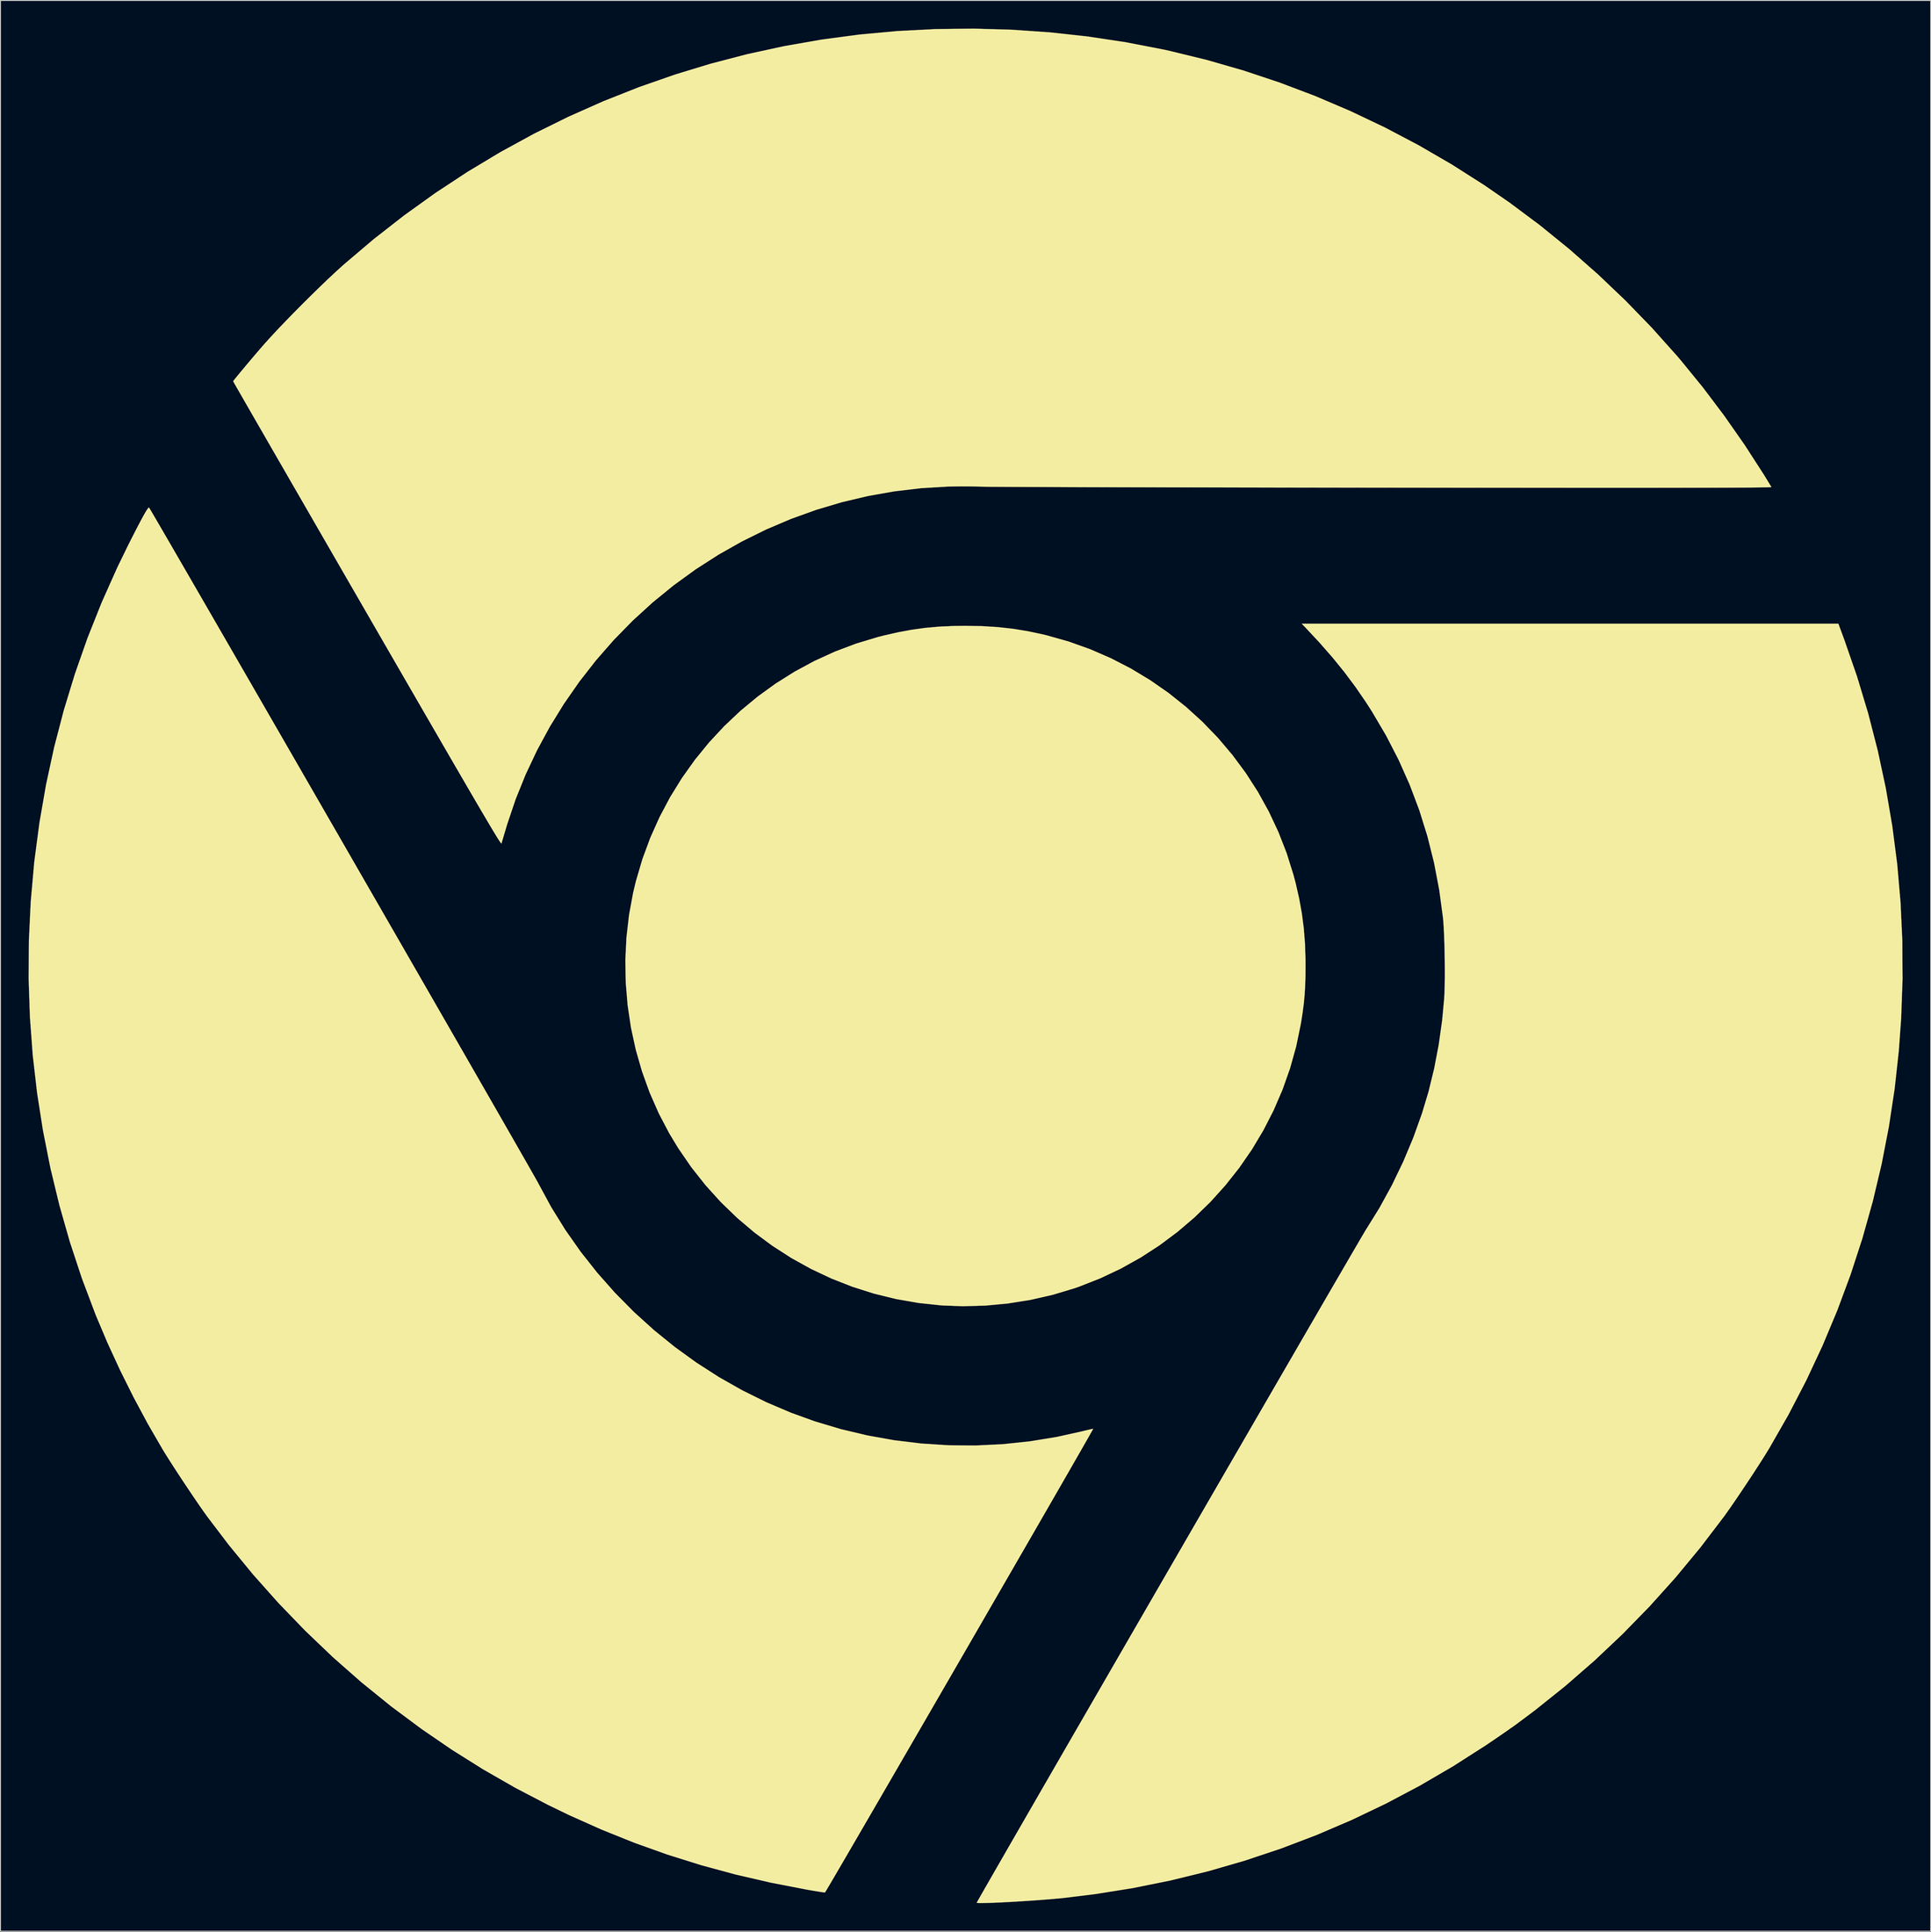
<source format=kicad_pcb>
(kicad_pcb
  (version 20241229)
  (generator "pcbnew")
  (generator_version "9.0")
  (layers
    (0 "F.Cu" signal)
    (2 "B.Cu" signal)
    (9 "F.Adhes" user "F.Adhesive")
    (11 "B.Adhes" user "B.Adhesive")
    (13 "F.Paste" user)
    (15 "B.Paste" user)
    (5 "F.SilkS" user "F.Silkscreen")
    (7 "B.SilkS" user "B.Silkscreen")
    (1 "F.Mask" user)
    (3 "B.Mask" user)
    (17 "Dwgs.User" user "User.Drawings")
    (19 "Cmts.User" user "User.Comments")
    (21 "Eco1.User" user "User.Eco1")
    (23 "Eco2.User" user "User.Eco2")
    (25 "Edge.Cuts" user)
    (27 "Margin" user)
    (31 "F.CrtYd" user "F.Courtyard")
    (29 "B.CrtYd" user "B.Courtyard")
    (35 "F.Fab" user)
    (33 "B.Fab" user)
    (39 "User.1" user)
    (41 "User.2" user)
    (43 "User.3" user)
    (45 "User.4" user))
  (footprint "chrome3_20x20_F"
    (layer "F.Cu")
    (at 99.971 99.978)
    (property "Reference" "chrome3_20x20_F" (at 0 0 0) (layer "F.SilkS") (effects (font (size 1.524 1.524) (thickness 0.3))))
    (attr through_hole)
    (fp_poly (pts (xy 1.783 -36.233) (xy 3.458 -36.128) (xy 5.072 -35.948) (xy 6.671 -35.685) (xy 8.305 -35.336) (xy 8.632 -35.257) (xy 10.989 -34.592) (xy 13.279 -33.775) (xy 15.495 -32.813) (xy 17.633 -31.711) (xy 19.686 -30.474) (xy 21.648 -29.11) (xy 23.513 -27.622) (xy 25.276 -26.019) (xy 26.93 -24.304) (xy 28.47 -22.485) (xy 29.89 -20.567) (xy 31.184 -18.555) (xy 32.346 -16.456) (xy 33.37 -14.276) (xy 34.25 -12.02) (xy 34.98 -9.695) (xy 35.213 -8.814) (xy 35.586 -7.181) (xy 35.872 -5.602) (xy 36.076 -4.029) (xy 36.205 -2.413) (xy 36.263 -0.706) (xy 36.267 0) (xy 36.258 1.138) (xy 36.226 2.156) (xy 36.169 3.1) (xy 36.082 4.02) (xy 35.961 4.963) (xy 35.803 5.976) (xy 35.761 6.223) (xy 35.267 8.609) (xy 34.616 10.939) (xy 33.814 13.209) (xy 32.865 15.41) (xy 31.777 17.538) (xy 30.554 19.585) (xy 29.201 21.546) (xy 27.724 23.413) (xy 26.129 25.181) (xy 24.42 26.843) (xy 22.604 28.392) (xy 20.686 29.823) (xy 18.672 31.129) (xy 16.566 32.304) (xy 14.374 33.341) (xy 12.102 34.234) (xy 11.571 34.417) (xy 9.269 35.107) (xy 6.91 35.644) (xy 4.516 36.026) (xy 2.105 36.252) (xy -0.303 36.319) (xy -2.576 36.231) (xy -5.015 35.973) (xy -7.415 35.553) (xy -9.77 34.976) (xy -12.071 34.245) (xy -14.312 33.366) (xy -16.486 32.342) (xy -18.587 31.178) (xy -20.607 29.879) (xy -22.54 28.448) (xy -24.378 26.891) (xy -26.114 25.211) (xy -27.743 23.412) (xy -29.256 21.5) (xy -30.647 19.478) (xy -31.621 17.868) (xy -32.738 15.739) (xy -33.706 13.537) (xy -34.523 11.274) (xy -35.188 8.96) (xy -35.7 6.605) (xy -36.057 4.22) (xy -36.258 1.816) (xy -36.301 -0.598) (xy -36.185 -3.01) (xy -35.909 -5.411) (xy -35.471 -7.789) (xy -35.175 -9.029) (xy -34.483 -11.376) (xy -33.641 -13.655) (xy -32.654 -15.859) (xy -31.528 -17.983) (xy -30.269 -20.021) (xy -28.883 -21.968) (xy -27.376 -23.816) (xy -25.754 -25.56) (xy -24.023 -27.195) (xy -22.189 -28.714) (xy -20.257 -30.112) (xy -18.234 -31.383) (xy -16.125 -32.52) (xy -13.938 -33.518) (xy -11.676 -34.371) (xy -9.348 -35.073) (xy -8.763 -35.222) (xy -7.214 -35.575) (xy -5.738 -35.849) (xy -4.287 -36.049) (xy -2.81 -36.181) (xy -1.258 -36.251) (xy 0 -36.266) (xy 1.783 -36.233)) (stroke (width 0.01) (type solid)) (fill yes) (layer "F.SilkS"))
    (fp_poly (pts (xy 93.75 -34.777) (xy 95.105 -30.87) (xy 96.294 -26.928) (xy 97.317 -22.953) (xy 98.175 -18.948) (xy 98.866 -14.914) (xy 99.391 -10.855) (xy 99.748 -6.773) (xy 99.938 -2.669) (xy 99.961 1.453) (xy 99.815 5.59) (xy 99.565 9.059) (xy 99.118 13.124) (xy 98.505 17.161) (xy 97.728 21.164) (xy 96.787 25.13) (xy 95.686 29.052) (xy 94.425 32.927) (xy 93.006 36.748) (xy 91.431 40.511) (xy 89.701 44.211) (xy 87.818 47.843) (xy 85.783 51.402) (xy 85.687 51.562) (xy 85.335 52.136) (xy 84.905 52.818) (xy 84.415 53.579) (xy 83.885 54.392) (xy 83.333 55.228) (xy 82.777 56.06) (xy 82.238 56.858) (xy 81.732 57.596) (xy 81.279 58.244) (xy 80.918 58.747) (xy 78.394 62.058) (xy 75.748 65.254) (xy 72.982 68.33) (xy 70.099 71.286) (xy 67.101 74.118) (xy 63.991 76.825) (xy 60.77 79.404) (xy 58.81 80.872) (xy 58.417 81.154) (xy 57.915 81.507) (xy 57.337 81.908) (xy 56.714 82.336) (xy 56.08 82.768) (xy 55.466 83.182) (xy 55.457 83.188) (xy 52.002 85.398) (xy 48.469 87.459) (xy 44.863 89.368) (xy 41.186 91.125) (xy 37.444 92.728) (xy 33.639 94.176) (xy 29.776 95.466) (xy 25.859 96.599) (xy 21.891 97.572) (xy 17.876 98.384) (xy 13.818 99.033) (xy 10.541 99.435) (xy 9.903 99.499) (xy 9.193 99.562) (xy 8.427 99.625) (xy 7.624 99.686) (xy 6.799 99.743) (xy 5.971 99.797) (xy 5.157 99.847) (xy 4.373 99.89) (xy 3.636 99.927) (xy 2.965 99.956) (xy 2.376 99.976) (xy 1.887 99.987) (xy 1.513 99.988) (xy 1.274 99.977) (xy 1.185 99.954) (xy 1.185 99.953) (xy 1.227 99.873) (xy 1.351 99.652) (xy 1.553 99.295) (xy 1.831 98.808) (xy 2.181 98.196) (xy 2.601 97.465) (xy 3.086 96.62) (xy 3.635 95.666) (xy 4.243 94.609) (xy 4.908 93.454) (xy 5.627 92.207) (xy 6.396 90.873) (xy 7.212 89.458) (xy 8.072 87.966) (xy 8.974 86.404) (xy 9.913 84.777) (xy 10.887 83.09) (xy 11.893 81.348) (xy 12.927 79.558) (xy 13.987 77.724) (xy 15.068 75.852) (xy 16.169 73.947) (xy 17.286 72.014) (xy 18.416 70.06) (xy 19.555 68.09) (xy 20.701 66.108) (xy 21.85 64.121) (xy 23 62.134) (xy 24.146 60.151) (xy 25.287 58.18) (xy 26.419 56.224) (xy 27.538 54.29) (xy 28.642 52.383) (xy 29.727 50.509) (xy 30.791 48.671) (xy 31.83 46.878) (xy 32.841 45.132) (xy 33.821 43.441) (xy 34.767 41.809) (xy 35.675 40.242) (xy 36.543 38.745) (xy 37.368 37.324) (xy 38.145 35.983) (xy 38.873 34.73) (xy 39.548 33.568) (xy 40.167 32.504) (xy 40.726 31.542) (xy 41.223 30.689) (xy 41.654 29.949) (xy 42.017 29.328) (xy 42.308 28.831) (xy 42.524 28.465) (xy 42.662 28.234) (xy 42.713 28.152) (xy 44.156 25.827) (xy 45.488 23.396) (xy 46.698 20.883) (xy 47.773 18.316) (xy 48.702 15.719) (xy 49.393 13.42) (xy 49.994 10.956) (xy 50.481 8.407) (xy 50.844 5.818) (xy 51.059 3.505) (xy 51.091 2.901) (xy 51.112 2.167) (xy 51.124 1.333) (xy 51.126 0.43) (xy 51.119 -0.511) (xy 51.104 -1.459) (xy 51.081 -2.385) (xy 51.051 -3.256) (xy 51.013 -4.042) (xy 50.969 -4.714) (xy 50.932 -5.122) (xy 50.533 -8.091) (xy 49.979 -10.992) (xy 49.27 -13.828) (xy 48.404 -16.601) (xy 47.38 -19.315) (xy 46.197 -21.972) (xy 44.855 -24.574) (xy 43.351 -27.126) (xy 42.72 -28.109) (xy 41.608 -29.73) (xy 40.424 -31.316) (xy 39.145 -32.891) (xy 37.751 -34.483) (xy 36.329 -36.005) (xy 35.862 -36.491) (xy 64.489 -36.491) (xy 93.116 -36.491) (xy 93.75 -34.777)) (stroke (width 0.01) (type solid)) (fill yes) (layer "F.SilkS"))
    (fp_poly (pts (xy -87.12 -48.881) (xy -87.066 -48.795) (xy -86.93 -48.568) (xy -86.716 -48.205) (xy -86.428 -47.712) (xy -86.067 -47.093) (xy -85.638 -46.354) (xy -85.143 -45.502) (xy -84.586 -44.541) (xy -83.969 -43.476) (xy -83.296 -42.314) (xy -82.57 -41.059) (xy -81.794 -39.717) (xy -80.971 -38.293) (xy -80.104 -36.793) (xy -79.197 -35.223) (xy -78.253 -33.587) (xy -77.274 -31.891) (xy -76.264 -30.141) (xy -75.226 -28.342) (xy -74.163 -26.499) (xy -73.079 -24.619) (xy -71.975 -22.705) (xy -70.856 -20.764) (xy -69.725 -18.802) (xy -68.585 -16.823) (xy -67.438 -14.833) (xy -66.288 -12.838) (xy -65.139 -10.842) (xy -63.993 -8.852) (xy -62.853 -6.873) (xy -61.723 -4.91) (xy -60.605 -2.968) (xy -59.503 -1.054) (xy -58.42 0.828) (xy -57.36 2.672) (xy -56.324 4.472) (xy -55.317 6.224) (xy -54.341 7.921) (xy -53.399 9.559) (xy -52.496 11.131) (xy -51.633 12.634) (xy -50.814 14.06) (xy -50.042 15.404) (xy -49.321 16.662) (xy -48.653 17.827) (xy -48.041 18.895) (xy -47.489 19.86) (xy -47 20.715) (xy -46.577 21.457) (xy -46.222 22.08) (xy -45.94 22.577) (xy -45.733 22.945) (xy -45.605 23.176) (xy -45.565 23.251) (xy -44.206 25.758) (xy -42.703 28.182) (xy -41.063 30.517) (xy -39.292 32.757) (xy -37.399 34.897) (xy -35.388 36.929) (xy -33.268 38.85) (xy -31.045 40.652) (xy -28.726 42.33) (xy -26.318 43.878) (xy -23.827 45.29) (xy -21.26 46.56) (xy -18.625 47.682) (xy -16.108 48.592) (xy -13.315 49.428) (xy -10.483 50.102) (xy -7.62 50.614) (xy -4.736 50.964) (xy -1.839 51.151) (xy 1.061 51.176) (xy 3.957 51.037) (xy 6.839 50.734) (xy 9.699 50.267) (xy 12.234 49.709) (xy 12.687 49.598) (xy 13.078 49.506) (xy 13.379 49.438) (xy 13.564 49.4) (xy 13.609 49.395) (xy 13.571 49.471) (xy 13.452 49.687) (xy 13.255 50.036) (xy 12.984 50.512) (xy 12.644 51.109) (xy 12.238 51.819) (xy 11.769 52.637) (xy 11.241 53.555) (xy 10.659 54.568) (xy 10.025 55.669) (xy 9.345 56.851) (xy 8.621 58.107) (xy 7.857 59.432) (xy 7.057 60.819) (xy 6.225 62.261) (xy 5.364 63.752) (xy 4.479 65.284) (xy 3.573 66.853) (xy 2.65 68.45) (xy 1.714 70.071) (xy 0.768 71.707) (xy -0.184 73.353) (xy -1.138 75.002) (xy -2.09 76.647) (xy -3.037 78.283) (xy -3.974 79.902) (xy -4.899 81.498) (xy -5.806 83.065) (xy -6.693 84.595) (xy -7.556 86.083) (xy -8.39 87.522) (xy -9.192 88.905) (xy -9.959 90.226) (xy -10.687 91.479) (xy -11.371 92.656) (xy -12.008 93.752) (xy -12.594 94.759) (xy -13.126 95.672) (xy -13.6 96.484) (xy -14.011 97.187) (xy -14.357 97.777) (xy -14.633 98.246) (xy -14.836 98.587) (xy -14.962 98.795) (xy -15.006 98.863) (xy -15.118 98.853) (xy -15.37 98.817) (xy -15.738 98.759) (xy -16.195 98.684) (xy -16.716 98.595) (xy -16.933 98.557) (xy -20.793 97.809) (xy -24.545 96.941) (xy -28.206 95.948) (xy -31.796 94.823) (xy -35.33 93.561) (xy -38.827 92.156) (xy -42.303 90.603) (xy -44.535 89.523) (xy -48.066 87.679) (xy -51.486 85.718) (xy -54.815 83.628) (xy -58.073 81.396) (xy -61.277 79.01) (xy -61.332 78.968) (xy -64.467 76.43) (xy -67.508 73.753) (xy -70.449 70.944) (xy -73.284 68.008) (xy -76.009 64.95) (xy -78.617 61.776) (xy -80.918 58.747) (xy -81.304 58.209) (xy -81.76 57.555) (xy -82.268 56.813) (xy -82.809 56.012) (xy -83.365 55.18) (xy -83.916 54.344) (xy -84.445 53.533) (xy -84.931 52.776) (xy -85.358 52.099) (xy -85.687 51.562) (xy -87.249 48.863) (xy -88.762 46.044) (xy -90.202 43.154) (xy -91.545 40.241) (xy -92.767 37.352) (xy -92.848 37.15) (xy -94.288 33.33) (xy -95.566 29.459) (xy -96.684 25.542) (xy -97.639 21.585) (xy -98.432 17.591) (xy -99.062 13.567) (xy -99.528 9.517) (xy -99.829 5.446) (xy -99.966 1.359) (xy -99.936 -2.739) (xy -99.74 -6.842) (xy -99.376 -10.946) (xy -99.351 -11.176) (xy -98.812 -15.262) (xy -98.111 -19.299) (xy -97.248 -23.287) (xy -96.222 -27.227) (xy -95.034 -31.12) (xy -93.684 -34.964) (xy -92.171 -38.761) (xy -90.495 -42.511) (xy -89.365 -44.831) (xy -88.86 -45.83) (xy -88.424 -46.68) (xy -88.055 -47.385) (xy -87.75 -47.949) (xy -87.508 -48.377) (xy -87.324 -48.673) (xy -87.198 -48.841) (xy -87.127 -48.886) (xy -87.12 -48.881)) (stroke (width 0.01) (type solid)) (fill yes) (layer "F.SilkS"))
    (fp_poly (pts (xy 4.938 -99.856) (xy 9 -99.576) (xy 13.047 -99.132) (xy 17.073 -98.524) (xy 21.071 -97.752) (xy 21.717 -97.611) (xy 25.687 -96.644) (xy 29.611 -95.516) (xy 33.482 -94.228) (xy 37.297 -92.783) (xy 41.048 -91.183) (xy 44.733 -89.431) (xy 48.344 -87.528) (xy 51.877 -85.478) (xy 55.326 -83.283) (xy 58.042 -81.409) (xy 61.262 -79.006) (xy 64.4 -76.459) (xy 67.445 -73.78) (xy 70.386 -70.98) (xy 73.209 -68.069) (xy 75.903 -65.058) (xy 76.329 -64.558) (xy 78.668 -61.688) (xy 80.932 -58.687) (xy 83.101 -55.585) (xy 85.152 -52.413) (xy 85.969 -51.074) (xy 85.946 -51.066) (xy 85.866 -51.058) (xy 85.723 -51.05) (xy 85.515 -51.043) (xy 85.238 -51.037) (xy 84.887 -51.031) (xy 84.459 -51.025) (xy 83.95 -51.02) (xy 83.356 -51.015) (xy 82.673 -51.011) (xy 81.898 -51.007) (xy 81.027 -51.004) (xy 80.055 -51.001) (xy 78.979 -50.998) (xy 77.795 -50.996) (xy 76.5 -50.994) (xy 75.088 -50.992) (xy 73.558 -50.991) (xy 71.904 -50.991) (xy 70.123 -50.99) (xy 68.211 -50.99) (xy 66.164 -50.991) (xy 63.979 -50.991) (xy 61.651 -50.992) (xy 59.177 -50.994) (xy 56.552 -50.996) (xy 53.774 -50.998) (xy 50.837 -51) (xy 47.739 -51.003) (xy 44.519 -51.006) (xy 41.863 -51.008) (xy 39.245 -51.011) (xy 36.669 -51.014) (xy 34.142 -51.017) (xy 31.667 -51.021) (xy 29.252 -51.024) (xy 26.901 -51.028) (xy 24.619 -51.032) (xy 22.412 -51.036) (xy 20.286 -51.041) (xy 18.245 -51.045) (xy 16.295 -51.049) (xy 14.441 -51.054) (xy 12.689 -51.058) (xy 11.044 -51.063) (xy 9.511 -51.068) (xy 8.096 -51.073) (xy 6.804 -51.077) (xy 5.641 -51.082) (xy 4.611 -51.087) (xy 3.721 -51.092) (xy 2.975 -51.096) (xy 2.379 -51.101) (xy 1.938 -51.106) (xy 1.658 -51.11) (xy 1.566 -51.113) (xy 1.03 -51.131) (xy 0.378 -51.141) (xy -0.339 -51.144) (xy -1.069 -51.138) (xy -1.758 -51.124) (xy -1.863 -51.121) (xy -4.739 -50.95) (xy -7.593 -50.613) (xy -10.418 -50.113) (xy -13.206 -49.453) (xy -15.95 -48.636) (xy -18.645 -47.665) (xy -21.284 -46.542) (xy -23.859 -45.271) (xy -26.364 -43.855) (xy -28.792 -42.296) (xy -31.136 -40.597) (xy -33.39 -38.761) (xy -35.511 -36.825) (xy -37.531 -34.762) (xy -39.431 -32.589) (xy -41.206 -30.316) (xy -42.851 -27.951) (xy -44.359 -25.505) (xy -45.724 -22.987) (xy -46.942 -20.405) (xy -48.006 -17.77) (xy -48.911 -15.091) (xy -49.024 -14.715) (xy -49.168 -14.229) (xy -49.298 -13.788) (xy -49.407 -13.422) (xy -49.485 -13.162) (xy -49.519 -13.046) (xy -49.535 -13.045) (xy -49.573 -13.084) (xy -49.636 -13.166) (xy -49.725 -13.297) (xy -49.843 -13.48) (xy -49.994 -13.719) (xy -50.178 -14.02) (xy -50.4 -14.385) (xy -50.66 -14.82) (xy -50.962 -15.329) (xy -51.309 -15.915) (xy -51.702 -16.584) (xy -52.144 -17.339) (xy -52.638 -18.184) (xy -53.186 -19.124) (xy -53.79 -20.163) (xy -54.454 -21.305) (xy -55.179 -22.555) (xy -55.968 -23.916) (xy -56.823 -25.394) (xy -57.748 -26.991) (xy -58.744 -28.713) (xy -59.814 -30.564) (xy -60.96 -32.547) (xy -62.185 -34.667) (xy -63.491 -36.929) (xy -63.864 -37.576) (xy -64.959 -39.471) (xy -66.032 -41.329) (xy -67.079 -43.144) (xy -68.099 -44.91) (xy -69.087 -46.623) (xy -70.041 -48.277) (xy -70.958 -49.866) (xy -71.835 -51.385) (xy -72.667 -52.829) (xy -73.454 -54.193) (xy -74.19 -55.47) (xy -74.874 -56.657) (xy -75.502 -57.747) (xy -76.071 -58.735) (xy -76.577 -59.615) (xy -77.019 -60.383) (xy -77.393 -61.033) (xy -77.695 -61.559) (xy -77.923 -61.957) (xy -78.073 -62.22) (xy -78.143 -62.344) (xy -78.147 -62.354) (xy -78.095 -62.431) (xy -77.947 -62.619) (xy -77.721 -62.899) (xy -77.429 -63.253) (xy -77.089 -63.662) (xy -76.716 -64.108) (xy -76.324 -64.574) (xy -75.929 -65.04) (xy -75.546 -65.488) (xy -75.191 -65.9) (xy -74.879 -66.259) (xy -74.811 -66.336) (xy -74.159 -67.06) (xy -73.403 -67.872) (xy -72.566 -68.748) (xy -71.673 -69.666) (xy -70.746 -70.602) (xy -69.809 -71.532) (xy -68.886 -72.433) (xy -67.999 -73.281) (xy -67.173 -74.054) (xy -66.431 -74.727) (xy -66.336 -74.811) (xy -63.174 -77.494) (xy -59.919 -80.036) (xy -56.576 -82.435) (xy -53.149 -84.689) (xy -49.639 -86.798) (xy -46.051 -88.758) (xy -42.387 -90.568) (xy -38.651 -92.227) (xy -34.846 -93.733) (xy -30.975 -95.083) (xy -27.22 -96.226) (xy -23.299 -97.249) (xy -19.335 -98.11) (xy -15.337 -98.808) (xy -11.31 -99.344) (xy -7.262 -99.716) (xy -3.2 -99.926) (xy 0.869 -99.973) (xy 4.938 -99.856)) (stroke (width 0.01) (type solid)) (fill yes) (layer "F.SilkS")))
  (gr_rect
    (start -3 -3)
    (end 202.936 202.971)
    (stroke (width 0.1) (type default))
    (fill no)
    (layer "Edge.Cuts")))
</source>
